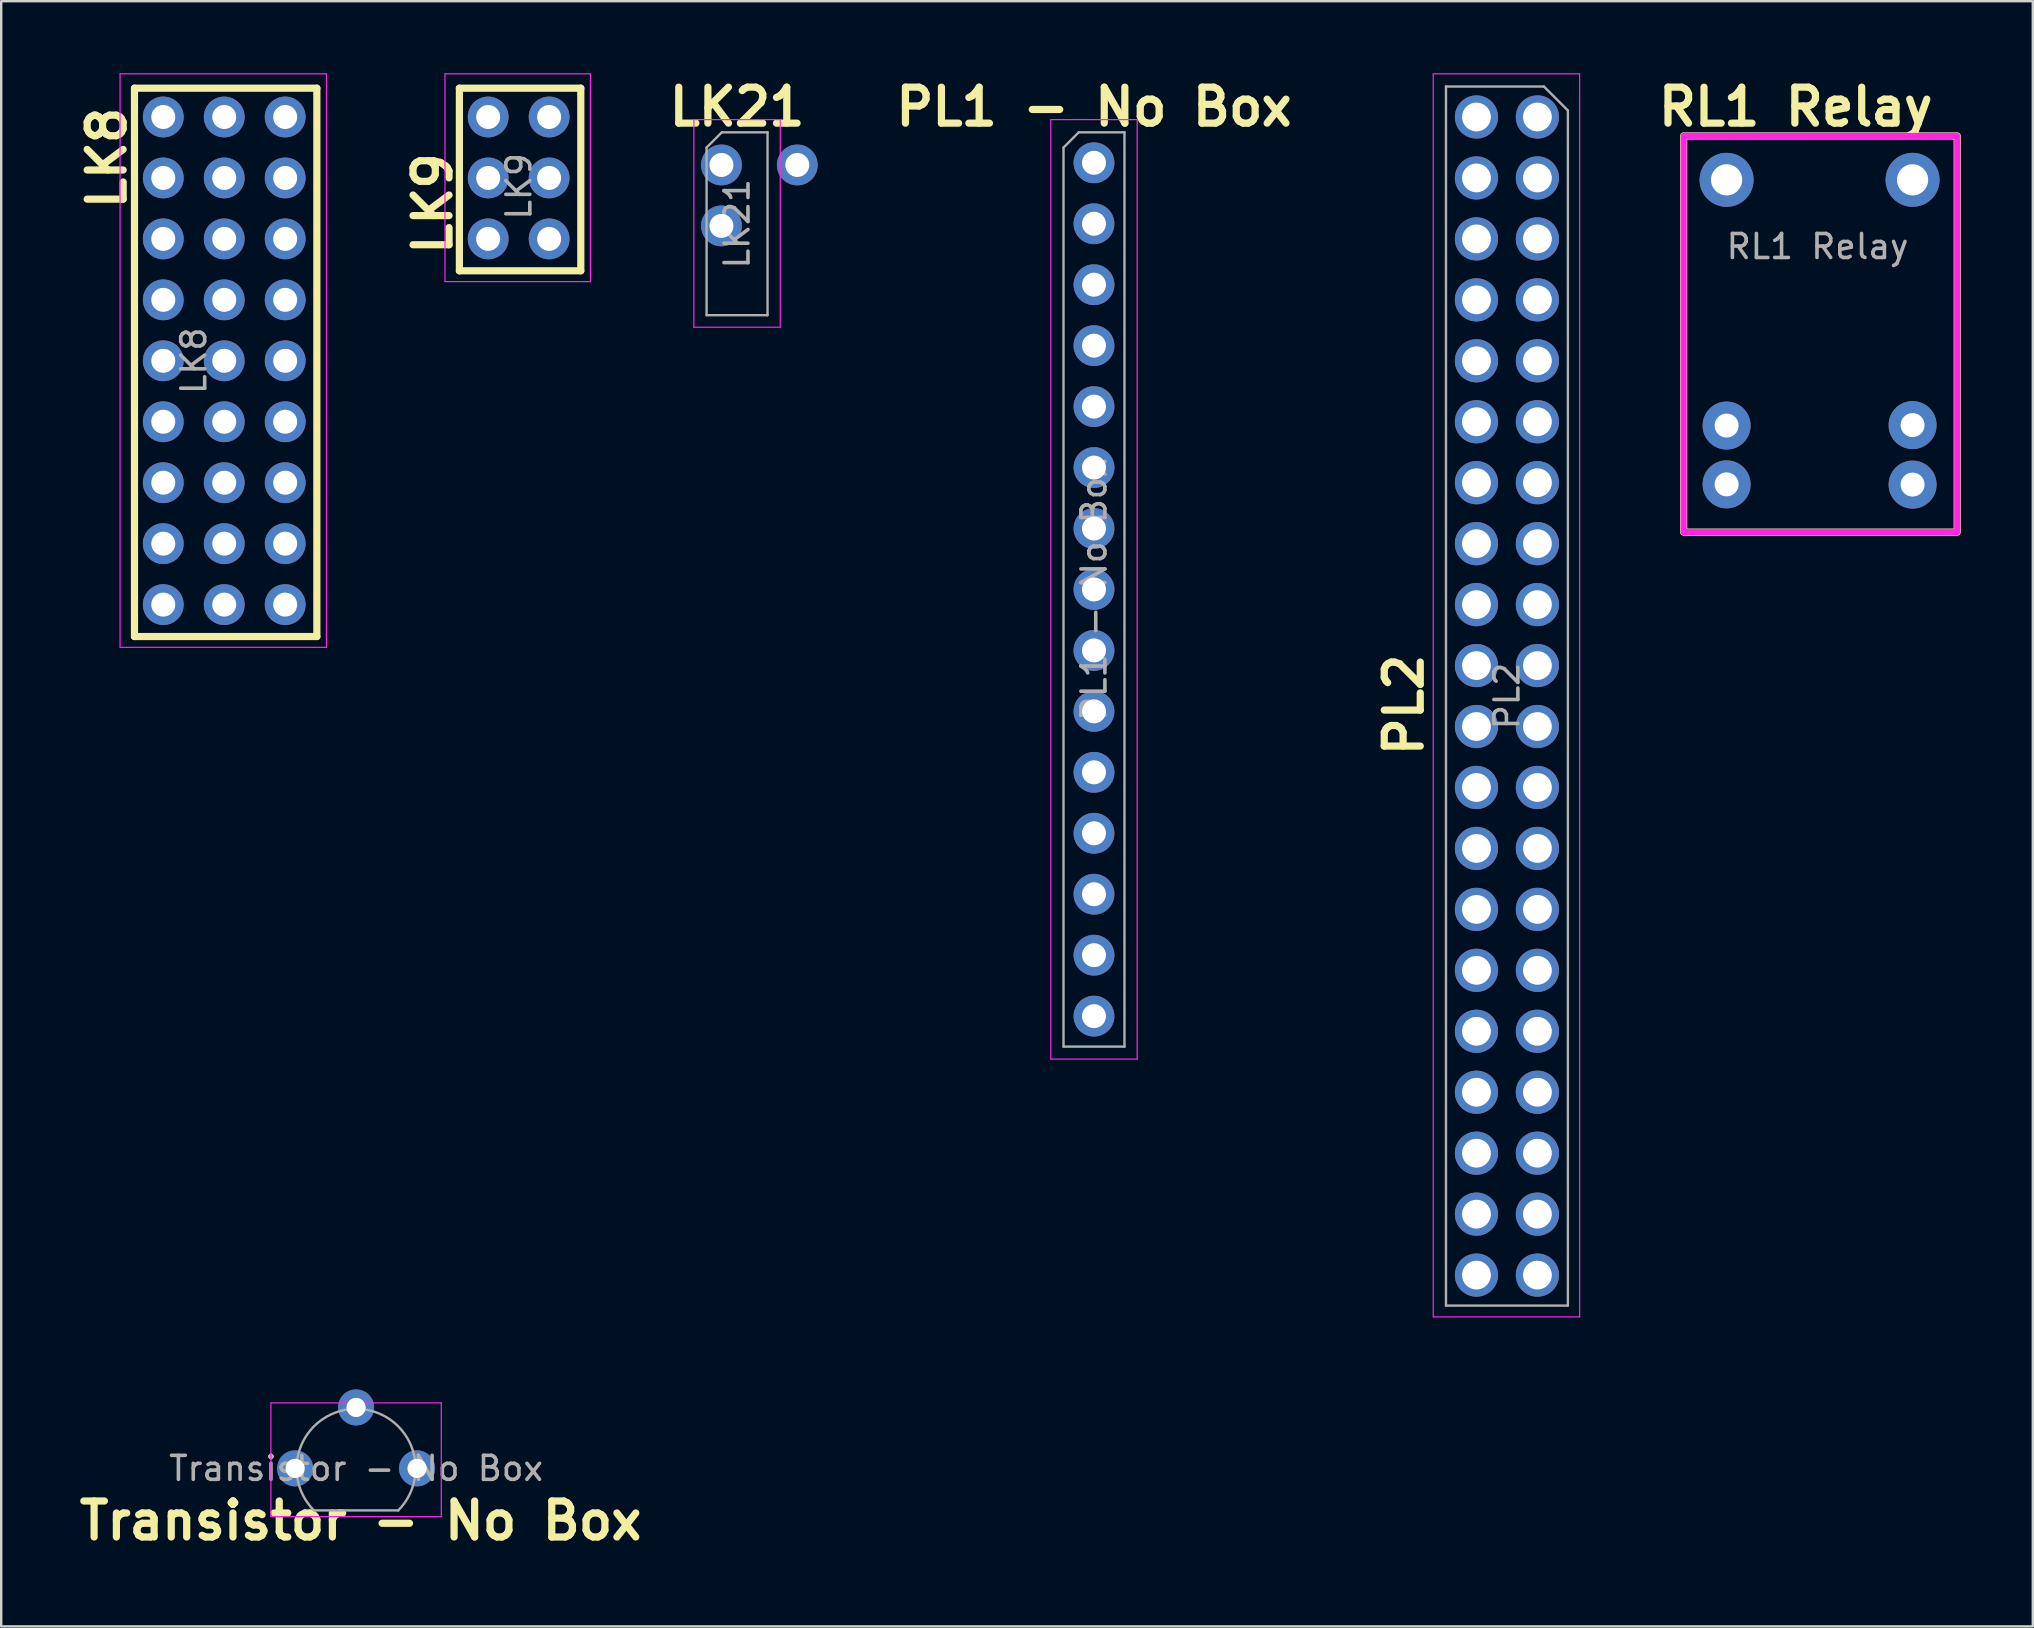
<source format=kicad_pcb>
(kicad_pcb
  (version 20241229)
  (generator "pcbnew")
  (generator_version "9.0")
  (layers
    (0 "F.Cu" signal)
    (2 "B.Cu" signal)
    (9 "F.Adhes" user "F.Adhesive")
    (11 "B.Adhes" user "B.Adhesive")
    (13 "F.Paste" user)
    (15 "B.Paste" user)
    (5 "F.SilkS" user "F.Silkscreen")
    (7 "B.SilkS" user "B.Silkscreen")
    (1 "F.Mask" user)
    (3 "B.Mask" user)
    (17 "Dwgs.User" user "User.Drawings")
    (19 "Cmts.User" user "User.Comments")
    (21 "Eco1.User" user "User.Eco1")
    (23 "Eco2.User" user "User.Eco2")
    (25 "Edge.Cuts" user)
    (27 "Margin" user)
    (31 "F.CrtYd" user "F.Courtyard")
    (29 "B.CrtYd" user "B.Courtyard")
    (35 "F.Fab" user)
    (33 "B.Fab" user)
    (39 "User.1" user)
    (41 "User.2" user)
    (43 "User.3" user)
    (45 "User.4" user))
  (footprint "PL1 - No Box"
    (layer "F.Cu")
    (at 42.538 3.734)
    (property "Reference" "PL1 - No Box" (at 0 -2.33 180) (layer "F.SilkS") (effects (font (size 1.5 1.5) (thickness 0.3) (bold yes))))
    (attr through_hole)
    (fp_line (start -1.8 -1.8) (end -1.8 37.35) (stroke (width 0.05) (type solid)) (layer "F.CrtYd"))
    (fp_line (start -1.8 37.35) (end 1.8 37.35) (stroke (width 0.05) (type solid)) (layer "F.CrtYd"))
    (fp_line (start 1.8 -1.8) (end -1.8 -1.8) (stroke (width 0.05) (type solid)) (layer "F.CrtYd"))
    (fp_line (start 1.8 37.35) (end 1.8 -1.8) (stroke (width 0.05) (type solid)) (layer "F.CrtYd"))
    (fp_line (start -1.27 -0.635) (end -0.635 -1.27) (stroke (width 0.1) (type solid)) (layer "F.Fab"))
    (fp_line (start -1.27 36.83) (end -1.27 -0.635) (stroke (width 0.1) (type solid)) (layer "F.Fab"))
    (fp_line (start -0.635 -1.27) (end 1.27 -1.27) (stroke (width 0.1) (type solid)) (layer "F.Fab"))
    (fp_line (start 1.27 -1.27) (end 1.27 36.83) (stroke (width 0.1) (type solid)) (layer "F.Fab"))
    (fp_line (start 1.27 36.83) (end -1.27 36.83) (stroke (width 0.1) (type solid)) (layer "F.Fab"))
    (fp_text user "${REFERENCE}" (at 0 17.78 90) (layer "F.Fab") (effects (font (size 1 1) (thickness 0.15))))
    (pad "1" thru_hole circle (at 0 0) (size 1.7 1.7) (drill 1) (layers "*.Cu" "*.Mask"))
    (pad "2" thru_hole oval (at 0 2.54) (size 1.7 1.7) (drill 1) (layers "*.Cu" "*.Mask"))
    (pad "3" thru_hole oval (at 0 5.08) (size 1.7 1.7) (drill 1) (layers "*.Cu" "*.Mask"))
    (pad "4" thru_hole oval (at 0 7.62) (size 1.7 1.7) (drill 1) (layers "*.Cu" "*.Mask"))
    (pad "5" thru_hole oval (at 0 10.16) (size 1.7 1.7) (drill 1) (layers "*.Cu" "*.Mask"))
    (pad "6" thru_hole oval (at 0 12.7) (size 1.7 1.7) (drill 1) (layers "*.Cu" "*.Mask"))
    (pad "7" thru_hole oval (at 0 15.24) (size 1.7 1.7) (drill 1) (layers "*.Cu" "*.Mask"))
    (pad "8" thru_hole oval (at 0 17.78) (size 1.7 1.7) (drill 1) (layers "*.Cu" "*.Mask"))
    (pad "9" thru_hole oval (at 0 20.32) (size 1.7 1.7) (drill 1) (layers "*.Cu" "*.Mask"))
    (pad "10" thru_hole oval (at 0 22.86) (size 1.7 1.7) (drill 1) (layers "*.Cu" "*.Mask"))
    (pad "11" thru_hole oval (at 0 25.4) (size 1.7 1.7) (drill 1) (layers "*.Cu" "*.Mask"))
    (pad "12" thru_hole oval (at 0 27.94) (size 1.7 1.7) (drill 1) (layers "*.Cu" "*.Mask"))
    (pad "13" thru_hole oval (at 0 30.48) (size 1.7 1.7) (drill 1) (layers "*.Cu" "*.Mask"))
    (pad "14" thru_hole oval (at 0 33.02) (size 1.7 1.7) (drill 1) (layers "*.Cu" "*.Mask"))
    (pad "15" thru_hole oval (at 0 35.56) (size 1.7 1.7) (drill 1) (layers "*.Cu" "*.Mask")))
  (footprint "Transistor - No Box"
    (layer "F.Cu")
    (at 9.249 58.14)
    (property "Reference" "Transistor - No Box" (at 2.73 2.18 0) (layer "F.SilkS") (effects (font (size 1.5 1.5) (thickness 0.3) (bold yes))))
    (attr through_hole)
    (fp_line (start -1.01 -2.73) (end -1.01 2.01) (stroke (width 0.05) (type solid)) (layer "F.CrtYd"))
    (fp_line (start -1.01 -2.73) (end 6.09 -2.73) (stroke (width 0.05) (type solid)) (layer "F.CrtYd"))
    (fp_line (start 6.09 2.01) (end -1.01 2.01) (stroke (width 0.05) (type solid)) (layer "F.CrtYd"))
    (fp_line (start 6.09 2.01) (end 6.09 -2.73) (stroke (width 0.05) (type solid)) (layer "F.CrtYd"))
    (fp_line (start 0.8 1.75) (end 4.3 1.75) (stroke (width 0.1) (type solid)) (layer "F.Fab"))
    (fp_arc (start 0.786375 1.753625) (mid 0.248779 -0.949055) (end 2.54 -2.48) (stroke (width 0.1) (type solid)) (layer "F.Fab"))
    (fp_arc (start 2.54 -2.48) (mid 4.831221 -0.949055) (end 4.293625 1.753625) (stroke (width 0.1) (type solid)) (layer "F.Fab"))
    (fp_text user "${REFERENCE}" (at 2.54 0 0) (layer "F.Fab") (effects (font (size 1 1) (thickness 0.15))))
    (pad "1" thru_hole circle (at 0 0) (size 1.5 1.5) (drill 0.8) (layers "*.Cu" "*.Mask"))
    (pad "2" thru_hole circle (at 2.54 -2.54) (size 1.5 1.5) (drill 0.8) (layers "*.Cu" "*.Mask"))
    (pad "3" thru_hole circle (at 5.08 0) (size 1.5 1.5) (drill 0.8) (layers "*.Cu" "*.Mask")))
  (footprint "RL1 Relay"
    (layer "F.Cu")
    (at 68.9 4.444)
    (property "Reference" "RL1 Relay" (at 2.88 -3.04 0) (unlocked yes) (layer "F.SilkS") (effects (font (size 1.5 1.5) (thickness 0.3) (bold yes))))
    (attr through_hole)
    (fp_rect (start -1.79 -1.83) (end 9.61 14.68) (stroke (width 0.3) (type default)) (fill no) (layer "F.SilkS"))
    (fp_rect (start -1.79 -1.83) (end 9.61 14.68) (stroke (width 0.255) (type default)) (fill no) (layer "F.CrtYd"))
    (fp_text user "${REFERENCE}" (at 3.79 2.78 0) (unlocked yes) (layer "F.Fab") (effects (font (size 1 1) (thickness 0.15))))
    (pad "1" thru_hole circle (at 0 0 270) (size 2.25 2.25) (drill 1.3) (layers "*.Cu" "*.Mask"))
    (pad "1" thru_hole circle (at 7.75 0 270) (size 2.25 2.25) (drill 1.3) (layers "*.Cu" "*.Mask"))
    (pad "2" thru_hole circle (at 0 10.24 270) (size 2 2) (drill 1) (layers "*.Cu" "*.Mask"))
    (pad "3" thru_hole circle (at 0 12.69 270) (size 2 2) (drill 1) (layers "*.Cu" "*.Mask"))
    (pad "4" thru_hole circle (at 7.75 12.7 270) (size 2 2) (drill 1) (layers "*.Cu" "*.Mask"))
    (pad "5" thru_hole circle (at 7.75 10.22 270) (size 2 2) (drill 1) (layers "*.Cu" "*.Mask")))
  (footprint "LK8"
    (layer "F.Cu")
    (at 3.754 1.825)
    (property "Reference" "LK8" (at -2.35 -0.56 90) (layer "F.SilkS") (effects (font (size 1.5 1.5) (thickness 0.3) (bold yes)) (justify right)))
    (attr through_hole)
    (fp_line (start -1.2 -1.2) (end -1.2 21.65) (stroke (width 0.3) (type solid)) (layer "F.SilkS"))
    (fp_line (start -1.2 -1.2) (end 6.4 -1.2) (stroke (width 0.3) (type solid)) (layer "F.SilkS"))
    (fp_line (start -1.2 21.65) (end 6.4 21.65) (stroke (width 0.3) (type solid)) (layer "F.SilkS"))
    (fp_line (start 6.4 -1.2) (end 6.4 21.65) (stroke (width 0.3) (type solid)) (layer "F.SilkS"))
    (fp_line (start -1.8 -1.8) (end -1.8 22.1) (stroke (width 0.05) (type solid)) (layer "F.CrtYd"))
    (fp_line (start -1.8 22.1) (end 6.8 22.1) (stroke (width 0.05) (type solid)) (layer "F.CrtYd"))
    (fp_line (start 6.8 -1.8) (end -1.8 -1.8) (stroke (width 0.05) (type solid)) (layer "F.CrtYd"))
    (fp_line (start 6.8 22.1) (end 6.8 -1.8) (stroke (width 0.05) (type solid)) (layer "F.CrtYd"))
    (fp_text user "${REFERENCE}" (at 1.27 10.16 90) (layer "F.Fab") (effects (font (size 1 1) (thickness 0.15))))
    (pad "1" thru_hole circle (at 0 0) (size 1.7 1.7) (drill 1) (layers "*.Cu" "*.Mask"))
    (pad "2" thru_hole oval (at 0 2.54) (size 1.7 1.7) (drill 1) (layers "*.Cu" "*.Mask"))
    (pad "3" thru_hole oval (at 0 5.08) (size 1.7 1.7) (drill 1) (layers "*.Cu" "*.Mask"))
    (pad "4" thru_hole oval (at 0 7.62) (size 1.7 1.7) (drill 1) (layers "*.Cu" "*.Mask"))
    (pad "5" thru_hole oval (at 0 10.16) (size 1.7 1.7) (drill 1) (layers "*.Cu" "*.Mask"))
    (pad "6" thru_hole oval (at 0 12.7) (size 1.7 1.7) (drill 1) (layers "*.Cu" "*.Mask"))
    (pad "7" thru_hole oval (at 0 15.24) (size 1.7 1.7) (drill 1) (layers "*.Cu" "*.Mask"))
    (pad "8" thru_hole oval (at 0 17.78) (size 1.7 1.7) (drill 1) (layers "*.Cu" "*.Mask"))
    (pad "9" thru_hole oval (at 0 20.32) (size 1.7 1.7) (drill 1) (layers "*.Cu" "*.Mask"))
    (pad "10" thru_hole oval (at 2.54 0) (size 1.7 1.7) (drill 1) (layers "*.Cu" "*.Mask"))
    (pad "11" thru_hole oval (at 2.54 2.54) (size 1.7 1.7) (drill 1) (layers "*.Cu" "*.Mask"))
    (pad "12" thru_hole oval (at 2.54 5.08) (size 1.7 1.7) (drill 1) (layers "*.Cu" "*.Mask"))
    (pad "13" thru_hole oval (at 2.54 7.62) (size 1.7 1.7) (drill 1) (layers "*.Cu" "*.Mask"))
    (pad "14" thru_hole oval (at 2.54 10.16) (size 1.7 1.7) (drill 1) (layers "*.Cu" "*.Mask"))
    (pad "15" thru_hole oval (at 2.54 12.7) (size 1.7 1.7) (drill 1) (layers "*.Cu" "*.Mask"))
    (pad "16" thru_hole oval (at 2.54 15.24) (size 1.7 1.7) (drill 1) (layers "*.Cu" "*.Mask"))
    (pad "17" thru_hole oval (at 2.54 17.78) (size 1.7 1.7) (drill 1) (layers "*.Cu" "*.Mask"))
    (pad "18" thru_hole oval (at 2.54 20.32) (size 1.7 1.7) (drill 1) (layers "*.Cu" "*.Mask"))
    (pad "19" thru_hole oval (at 5.08 0) (size 1.7 1.7) (drill 1) (layers "*.Cu" "*.Mask"))
    (pad "20" thru_hole oval (at 5.08 2.54) (size 1.7 1.7) (drill 1) (layers "*.Cu" "*.Mask"))
    (pad "21" thru_hole oval (at 5.08 5.08) (size 1.7 1.7) (drill 1) (layers "*.Cu" "*.Mask"))
    (pad "22" thru_hole oval (at 5.08 7.62) (size 1.7 1.7) (drill 1) (layers "*.Cu" "*.Mask"))
    (pad "23" thru_hole oval (at 5.08 10.16) (size 1.7 1.7) (drill 1) (layers "*.Cu" "*.Mask"))
    (pad "24" thru_hole oval (at 5.08 12.7) (size 1.7 1.7) (drill 1) (layers "*.Cu" "*.Mask"))
    (pad "25" thru_hole oval (at 5.08 15.24) (size 1.7 1.7) (drill 1) (layers "*.Cu" "*.Mask"))
    (pad "26" thru_hole oval (at 5.08 17.78) (size 1.7 1.7) (drill 1) (layers "*.Cu" "*.Mask"))
    (pad "27" thru_hole oval (at 5.08 20.32) (size 1.7 1.7) (drill 1) (layers "*.Cu" "*.Mask")))
  (footprint "LK9"
    (layer "F.Cu")
    (at 17.293 1.825)
    (property "Reference" "LK9" (at -2.31 1.34 90) (layer "F.SilkS") (effects (font (size 1.5 1.5) (thickness 0.3) (bold yes)) (justify right)))
    (attr through_hole)
    (fp_line (start -1.2 -1.2) (end -1.2 6.41) (stroke (width 0.3) (type solid)) (layer "F.SilkS"))
    (fp_line (start -1.2 -1.2) (end 3.86 -1.2) (stroke (width 0.3) (type solid)) (layer "F.SilkS"))
    (fp_line (start -1.2 6.41) (end 3.86 6.41) (stroke (width 0.3) (type solid)) (layer "F.SilkS"))
    (fp_line (start 3.86 -1.2) (end 3.86 6.41) (stroke (width 0.3) (type solid)) (layer "F.SilkS"))
    (fp_line (start -1.8 -1.8) (end -1.8 6.86) (stroke (width 0.05) (type solid)) (layer "F.CrtYd"))
    (fp_line (start -1.8 6.86) (end 4.26 6.86) (stroke (width 0.05) (type solid)) (layer "F.CrtYd"))
    (fp_line (start 4.26 -1.8) (end -1.8 -1.8) (stroke (width 0.05) (type solid)) (layer "F.CrtYd"))
    (fp_line (start 4.26 6.86) (end 4.26 -1.8) (stroke (width 0.05) (type solid)) (layer "F.CrtYd"))
    (fp_text user "${REFERENCE}" (at 1.28 2.89 90) (layer "F.Fab") (effects (font (size 1 1) (thickness 0.15))))
    (pad "1" thru_hole circle (at 0 0) (size 1.7 1.7) (drill 1) (layers "*.Cu" "*.Mask"))
    (pad "2" thru_hole oval (at 0 2.54) (size 1.7 1.7) (drill 1) (layers "*.Cu" "*.Mask"))
    (pad "3" thru_hole oval (at 0 5.08) (size 1.7 1.7) (drill 1) (layers "*.Cu" "*.Mask"))
    (pad "4" thru_hole oval (at 2.54 0) (size 1.7 1.7) (drill 1) (layers "*.Cu" "*.Mask"))
    (pad "5" thru_hole oval (at 2.54 2.54) (size 1.7 1.7) (drill 1) (layers "*.Cu" "*.Mask"))
    (pad "6" thru_hole oval (at 2.54 5.08) (size 1.7 1.7) (drill 1) (layers "*.Cu" "*.Mask")))
  (footprint "LK21"
    (layer "F.Cu")
    (at 27.664 3.734)
    (property "Reference" "LK21" (at 0 -2.33 0) (layer "F.SilkS") (effects (font (size 1.5 1.5) (thickness 0.3) (bold yes))))
    (attr through_hole)
    (fp_line (start -1.8 -1.8) (end -1.8 6.85) (stroke (width 0.05) (type solid)) (layer "F.CrtYd"))
    (fp_line (start -1.8 6.85) (end 1.8 6.85) (stroke (width 0.05) (type solid)) (layer "F.CrtYd"))
    (fp_line (start 1.8 -1.8) (end -1.8 -1.8) (stroke (width 0.05) (type solid)) (layer "F.CrtYd"))
    (fp_line (start 1.8 6.85) (end 1.8 -1.8) (stroke (width 0.05) (type solid)) (layer "F.CrtYd"))
    (fp_line (start -1.27 -0.635) (end -0.635 -1.27) (stroke (width 0.1) (type solid)) (layer "F.Fab"))
    (fp_line (start -1.27 6.35) (end -1.27 -0.635) (stroke (width 0.1) (type solid)) (layer "F.Fab"))
    (fp_line (start -0.635 -1.27) (end 1.27 -1.27) (stroke (width 0.1) (type solid)) (layer "F.Fab"))
    (fp_line (start 1.27 -1.27) (end 1.27 6.35) (stroke (width 0.1) (type solid)) (layer "F.Fab"))
    (fp_line (start 1.27 6.35) (end -1.27 6.35) (stroke (width 0.1) (type solid)) (layer "F.Fab"))
    (fp_text user "${REFERENCE}" (at 0 2.54 90) (layer "F.Fab") (effects (font (size 1 1) (thickness 0.15))))
    (pad "1" thru_hole oval (at -0.65 0.09) (size 1.7 1.7) (drill 1) (layers "*.Cu" "*.Mask"))
    (pad "2" thru_hole circle (at -0.65 2.63) (size 1.7 1.7) (drill 1) (layers "*.Cu" "*.Mask"))
    (pad "3" thru_hole oval (at 2.51 0.09) (size 1.7 1.7) (drill 1) (layers "*.Cu" "*.Mask")))
  (footprint "PL2"
    (layer "F.Cu")
    (at 61.016 1.825)
    (property "Reference" "PL2" (at -5.56 24.5 90) (layer "F.SilkS") (effects (font (size 1.5 1.5) (thickness 0.3) (bold yes))))
    (attr through_hole)
    (fp_line (start -4.34 -1.8) (end 1.76 -1.8) (stroke (width 0.05) (type solid)) (layer "F.CrtYd"))
    (fp_line (start -4.34 50) (end -4.34 -1.8) (stroke (width 0.05) (type solid)) (layer "F.CrtYd"))
    (fp_line (start 1.76 -1.8) (end 1.76 50) (stroke (width 0.05) (type solid)) (layer "F.CrtYd"))
    (fp_line (start 1.76 50) (end -4.34 50) (stroke (width 0.05) (type solid)) (layer "F.CrtYd"))
    (fp_line (start -3.81 -1.27) (end 0.27 -1.27) (stroke (width 0.1) (type solid)) (layer "F.Fab"))
    (fp_line (start -3.81 49.53) (end -3.81 -1.27) (stroke (width 0.1) (type solid)) (layer "F.Fab"))
    (fp_line (start 0.27 -1.27) (end 1.27 -0.27) (stroke (width 0.1) (type solid)) (layer "F.Fab"))
    (fp_line (start 1.27 -0.27) (end 1.27 49.53) (stroke (width 0.1) (type solid)) (layer "F.Fab"))
    (fp_line (start 1.27 49.53) (end -3.81 49.53) (stroke (width 0.1) (type solid)) (layer "F.Fab"))
    (fp_text user "${REFERENCE}" (at -1.27 24.13 270) (layer "F.Fab") (effects (font (size 1 1) (thickness 0.15))))
    (pad "1" thru_hole oval (at -2.54 0) (size 1.8 1.8) (drill 1.2) (layers "*.Cu" "*.Mask"))
    (pad "2" thru_hole oval (at 0 0) (size 1.8 1.8) (drill 1.2) (layers "*.Cu" "*.Mask"))
    (pad "3" thru_hole oval (at -2.54 2.54) (size 1.8 1.8) (drill 1.2) (layers "*.Cu" "*.Mask"))
    (pad "4" thru_hole oval (at 0 2.54) (size 1.8 1.8) (drill 1.2) (layers "*.Cu" "*.Mask"))
    (pad "5" thru_hole oval (at -2.54 5.08) (size 1.8 1.8) (drill 1.2) (layers "*.Cu" "*.Mask"))
    (pad "6" thru_hole oval (at 0 5.08) (size 1.8 1.8) (drill 1.2) (layers "*.Cu" "*.Mask"))
    (pad "7" thru_hole oval (at -2.54 7.62) (size 1.8 1.8) (drill 1.2) (layers "*.Cu" "*.Mask"))
    (pad "8" thru_hole oval (at 0 7.62) (size 1.8 1.8) (drill 1.2) (layers "*.Cu" "*.Mask"))
    (pad "9" thru_hole oval (at -2.54 10.16) (size 1.8 1.8) (drill 1.2) (layers "*.Cu" "*.Mask"))
    (pad "10" thru_hole oval (at 0 10.16) (size 1.8 1.8) (drill 1.2) (layers "*.Cu" "*.Mask"))
    (pad "11" thru_hole oval (at -2.54 12.7) (size 1.8 1.8) (drill 1.2) (layers "*.Cu" "*.Mask"))
    (pad "12" thru_hole oval (at 0 12.7) (size 1.8 1.8) (drill 1.2) (layers "*.Cu" "*.Mask"))
    (pad "13" thru_hole oval (at -2.54 15.24) (size 1.8 1.8) (drill 1.2) (layers "*.Cu" "*.Mask"))
    (pad "14" thru_hole oval (at 0 15.24) (size 1.8 1.8) (drill 1.2) (layers "*.Cu" "*.Mask"))
    (pad "15" thru_hole oval (at -2.54 17.78) (size 1.8 1.8) (drill 1.2) (layers "*.Cu" "*.Mask"))
    (pad "16" thru_hole oval (at 0 17.78) (size 1.8 1.8) (drill 1.2) (layers "*.Cu" "*.Mask"))
    (pad "17" thru_hole oval (at -2.54 20.32) (size 1.8 1.8) (drill 1.2) (layers "*.Cu" "*.Mask"))
    (pad "18" thru_hole oval (at 0 20.32) (size 1.8 1.8) (drill 1.2) (layers "*.Cu" "*.Mask"))
    (pad "19" thru_hole oval (at -2.54 22.86) (size 1.8 1.8) (drill 1.2) (layers "*.Cu" "*.Mask"))
    (pad "20" thru_hole oval (at 0 22.86) (size 1.8 1.8) (drill 1.2) (layers "*.Cu" "*.Mask"))
    (pad "21" thru_hole oval (at -2.54 25.4) (size 1.8 1.8) (drill 1.2) (layers "*.Cu" "*.Mask"))
    (pad "22" thru_hole oval (at 0 25.4) (size 1.8 1.8) (drill 1.2) (layers "*.Cu" "*.Mask"))
    (pad "23" thru_hole oval (at -2.54 27.94) (size 1.8 1.8) (drill 1.2) (layers "*.Cu" "*.Mask"))
    (pad "24" thru_hole oval (at 0 27.94) (size 1.8 1.8) (drill 1.2) (layers "*.Cu" "*.Mask"))
    (pad "25" thru_hole oval (at -2.54 30.48) (size 1.8 1.8) (drill 1.2) (layers "*.Cu" "*.Mask"))
    (pad "26" thru_hole oval (at 0 30.48) (size 1.8 1.8) (drill 1.2) (layers "*.Cu" "*.Mask"))
    (pad "27" thru_hole oval (at -2.54 33.02) (size 1.8 1.8) (drill 1.2) (layers "*.Cu" "*.Mask"))
    (pad "28" thru_hole oval (at 0 33.02) (size 1.8 1.8) (drill 1.2) (layers "*.Cu" "*.Mask"))
    (pad "29" thru_hole oval (at -2.54 35.56) (size 1.8 1.8) (drill 1.2) (layers "*.Cu" "*.Mask"))
    (pad "30" thru_hole oval (at 0 35.56) (size 1.8 1.8) (drill 1.2) (layers "*.Cu" "*.Mask"))
    (pad "31" thru_hole oval (at -2.54 38.1) (size 1.8 1.8) (drill 1.2) (layers "*.Cu" "*.Mask"))
    (pad "32" thru_hole oval (at 0 38.1) (size 1.8 1.8) (drill 1.2) (layers "*.Cu" "*.Mask"))
    (pad "33" thru_hole oval (at -2.54 40.64) (size 1.8 1.8) (drill 1.2) (layers "*.Cu" "*.Mask"))
    (pad "34" thru_hole oval (at 0 40.64) (size 1.8 1.8) (drill 1.2) (layers "*.Cu" "*.Mask"))
    (pad "35" thru_hole oval (at -2.54 43.18) (size 1.8 1.8) (drill 1.2) (layers "*.Cu" "*.Mask"))
    (pad "36" thru_hole oval (at 0 43.18) (size 1.8 1.8) (drill 1.2) (layers "*.Cu" "*.Mask"))
    (pad "37" thru_hole oval (at -2.54 45.72) (size 1.8 1.8) (drill 1.2) (layers "*.Cu" "*.Mask"))
    (pad "38" thru_hole oval (at 0 45.72) (size 1.8 1.8) (drill 1.2) (layers "*.Cu" "*.Mask"))
    (pad "39" thru_hole oval (at -2.54 48.26) (size 1.8 1.8) (drill 1.2) (layers "*.Cu" "*.Mask"))
    (pad "40" thru_hole oval (at 0 48.26) (size 1.8 1.8) (drill 1.2) (layers "*.Cu" "*.Mask")))
  (gr_rect
    (start -3 -3)
    (end 81.66 64.724)
    (stroke (width 0.1) (type default))
    (fill no)
    (layer "Edge.Cuts")))
</source>
